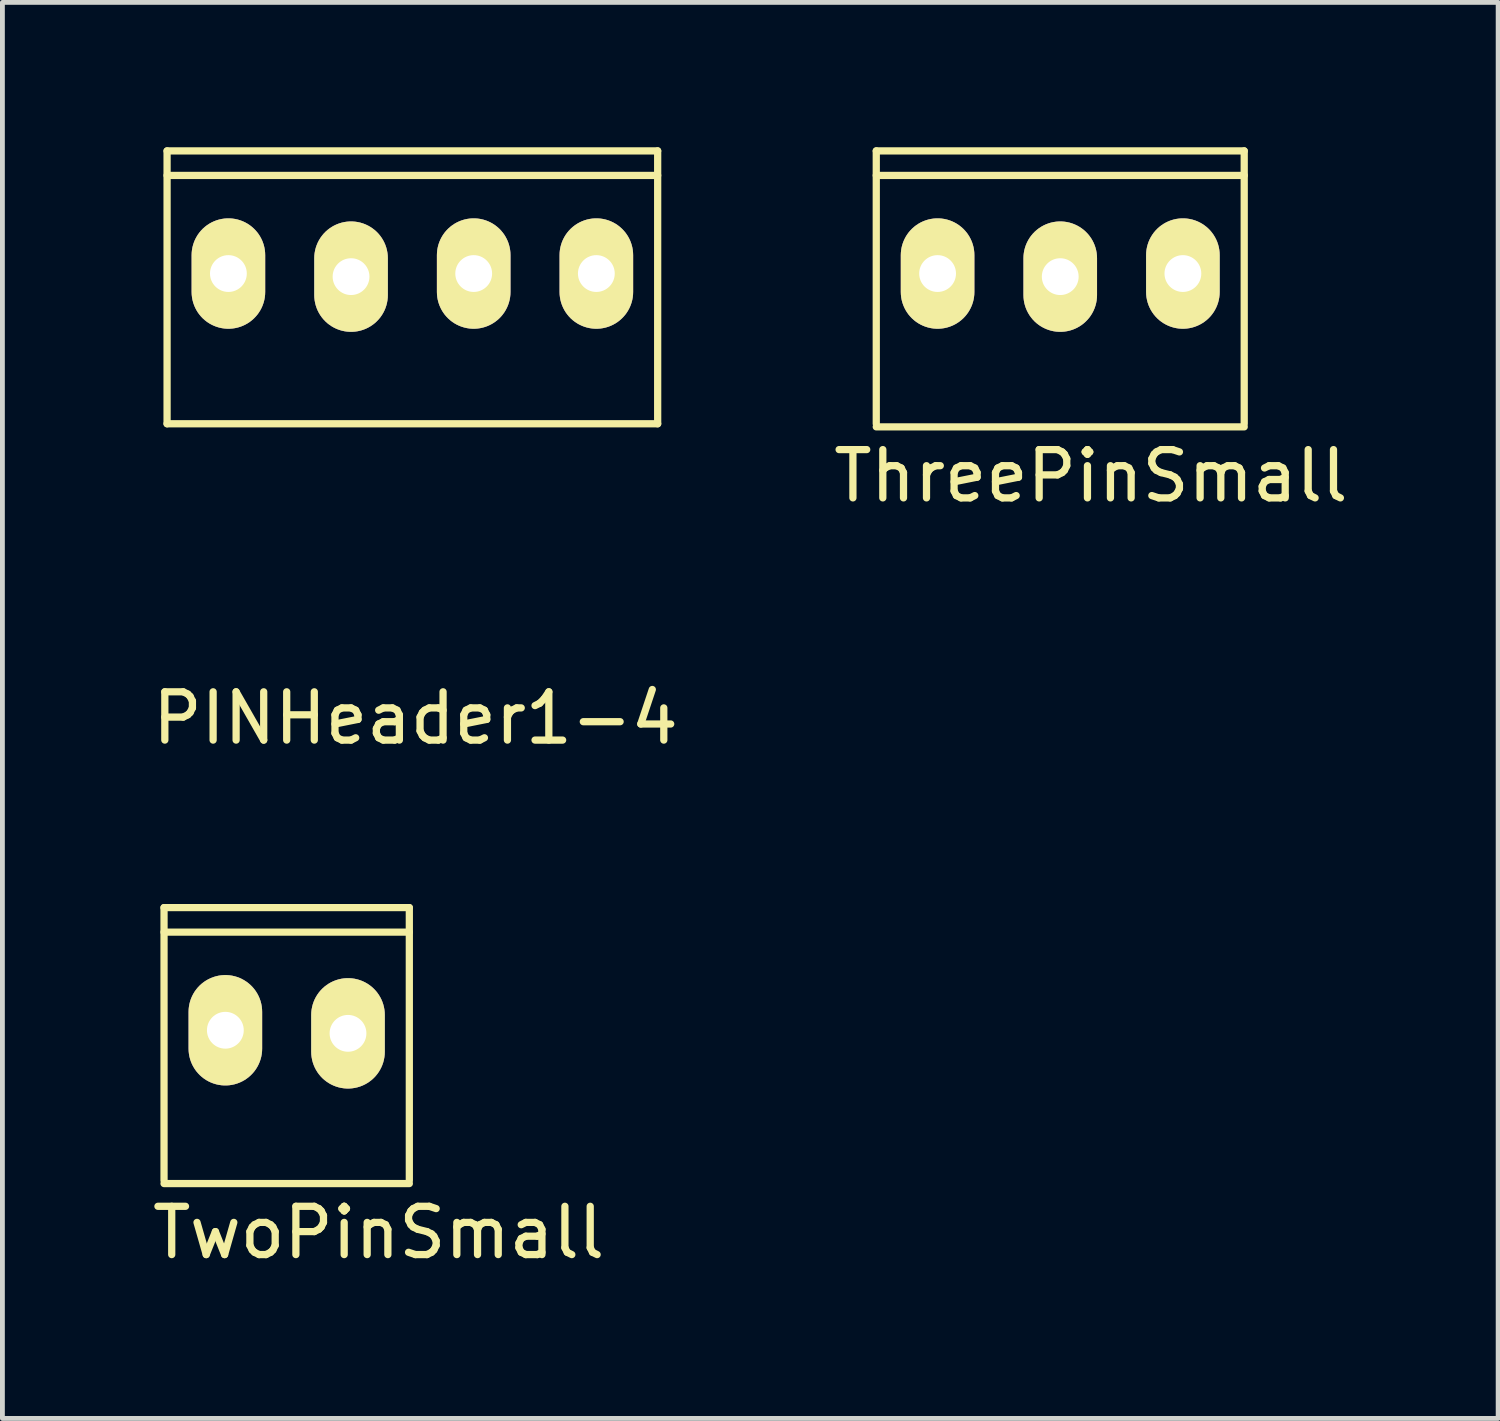
<source format=kicad_pcb>
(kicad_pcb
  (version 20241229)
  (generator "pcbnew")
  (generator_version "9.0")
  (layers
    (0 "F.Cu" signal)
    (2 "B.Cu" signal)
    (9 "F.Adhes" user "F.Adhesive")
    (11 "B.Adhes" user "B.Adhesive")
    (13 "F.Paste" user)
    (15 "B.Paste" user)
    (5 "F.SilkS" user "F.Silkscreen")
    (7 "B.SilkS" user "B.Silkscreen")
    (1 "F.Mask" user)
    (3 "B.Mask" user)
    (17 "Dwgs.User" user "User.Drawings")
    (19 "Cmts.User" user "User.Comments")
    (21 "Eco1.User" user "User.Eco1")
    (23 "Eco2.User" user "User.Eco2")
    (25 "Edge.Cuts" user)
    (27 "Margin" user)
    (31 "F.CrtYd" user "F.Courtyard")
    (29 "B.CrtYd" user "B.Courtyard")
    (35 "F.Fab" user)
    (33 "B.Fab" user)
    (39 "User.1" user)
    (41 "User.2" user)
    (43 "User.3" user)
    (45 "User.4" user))
  (footprint "TwoPinSmall"
    (layer "F.Cu")
    (at 4.157 18.286)
    (property "Reference" "TwoPinSmall" (at 0.635 4.191 0) (layer "F.SilkS") (effects (font (size 1 1) (thickness 0.15))))
    (attr through_hole)
    (fp_line (start -3.81 -2.54) (end 1.27 -2.54) (stroke (width 0.15) (type solid)) (layer "F.SilkS"))
    (fp_line (start -3.81 -2.032) (end 1.27 -2.032) (stroke (width 0.15) (type solid)) (layer "F.SilkS"))
    (fp_line (start -3.81 3.111) (end -3.81 -2.54) (stroke (width 0.15) (type solid)) (layer "F.SilkS"))
    (fp_line (start -3.81 3.175) (end 1.27 3.175) (stroke (width 0.15) (type solid)) (layer "F.SilkS"))
    (fp_line (start 1.27 -2.54) (end 1.27 3.111) (stroke (width 0.15) (type solid)) (layer "F.SilkS"))
    (pad "1" thru_hole oval (at -2.54 0) (size 1.524 2.286) (drill 0.762) (layers "*.Cu" "*.Mask" "F.SilkS"))
    (pad "2" thru_hole oval (at 0 0.064) (size 1.524 2.286) (drill 0.762) (layers "*.Cu" "*.Mask" "F.SilkS")))
  (footprint "PINHeader1-4"
    (layer "F.Cu")
    (at 5.49 2.615)
    (property "Reference" "PINHeader1-4" (at 0.064 9.207 0) (layer "F.SilkS") (effects (font (size 1 1) (thickness 0.15))))
    (attr through_hole)
    (fp_line (start -5.08 -2.54) (end 5.08 -2.54) (stroke (width 0.15) (type solid)) (layer "F.SilkS"))
    (fp_line (start -5.08 -2.032) (end 5.08 -2.032) (stroke (width 0.15) (type solid)) (layer "F.SilkS"))
    (fp_line (start -5.08 3.111) (end -5.08 -2.54) (stroke (width 0.15) (type solid)) (layer "F.SilkS"))
    (fp_line (start 5.08 -2.54) (end 5.08 3.111) (stroke (width 0.15) (type solid)) (layer "F.SilkS"))
    (fp_line (start 5.08 3.111) (end -5.08 3.111) (stroke (width 0.15) (type solid)) (layer "F.SilkS"))
    (pad "1" thru_hole oval (at -3.81 0) (size 1.524 2.286) (drill 0.762) (layers "*.Cu" "*.Mask" "F.SilkS"))
    (pad "2" thru_hole oval (at -1.27 0.064) (size 1.524 2.286) (drill 0.762) (layers "*.Cu" "*.Mask" "F.SilkS"))
    (pad "3" thru_hole oval (at 1.27 0) (size 1.524 2.286) (drill 0.762) (layers "*.Cu" "*.Mask" "F.SilkS"))
    (pad "4" thru_hole oval (at 3.81 0) (size 1.524 2.286) (drill 0.762) (layers "*.Cu" "*.Mask" "F.SilkS")))
  (footprint "ThreePinSmall"
    (layer "F.Cu")
    (at 18.907 2.615)
    (property "Reference" "ThreePinSmall" (at 0.635 4.191 0) (layer "F.SilkS") (effects (font (size 1 1) (thickness 0.15))))
    (attr through_hole)
    (fp_line (start -3.81 -2.54) (end 3.81 -2.54) (stroke (width 0.15) (type solid)) (layer "F.SilkS"))
    (fp_line (start -3.81 -2.032) (end 3.81 -2.032) (stroke (width 0.15) (type solid)) (layer "F.SilkS"))
    (fp_line (start -3.81 3.111) (end -3.81 -2.54) (stroke (width 0.15) (type solid)) (layer "F.SilkS"))
    (fp_line (start -3.81 3.175) (end 3.81 3.175) (stroke (width 0.15) (type solid)) (layer "F.SilkS"))
    (fp_line (start 3.81 -2.54) (end 3.81 3.111) (stroke (width 0.15) (type solid)) (layer "F.SilkS"))
    (pad "1" thru_hole oval (at -2.54 0) (size 1.524 2.286) (drill 0.762) (layers "*.Cu" "*.Mask" "F.SilkS"))
    (pad "2" thru_hole oval (at 0 0.064) (size 1.524 2.286) (drill 0.762) (layers "*.Cu" "*.Mask" "F.SilkS"))
    (pad "3" thru_hole oval (at 2.54 0) (size 1.524 2.286) (drill 0.762) (layers "*.Cu" "*.Mask" "F.SilkS")))
  (gr_rect
    (start -3 -3)
    (end 27.976 26.325)
    (stroke (width 0.1) (type default))
    (fill no)
    (layer "Edge.Cuts")))
</source>
